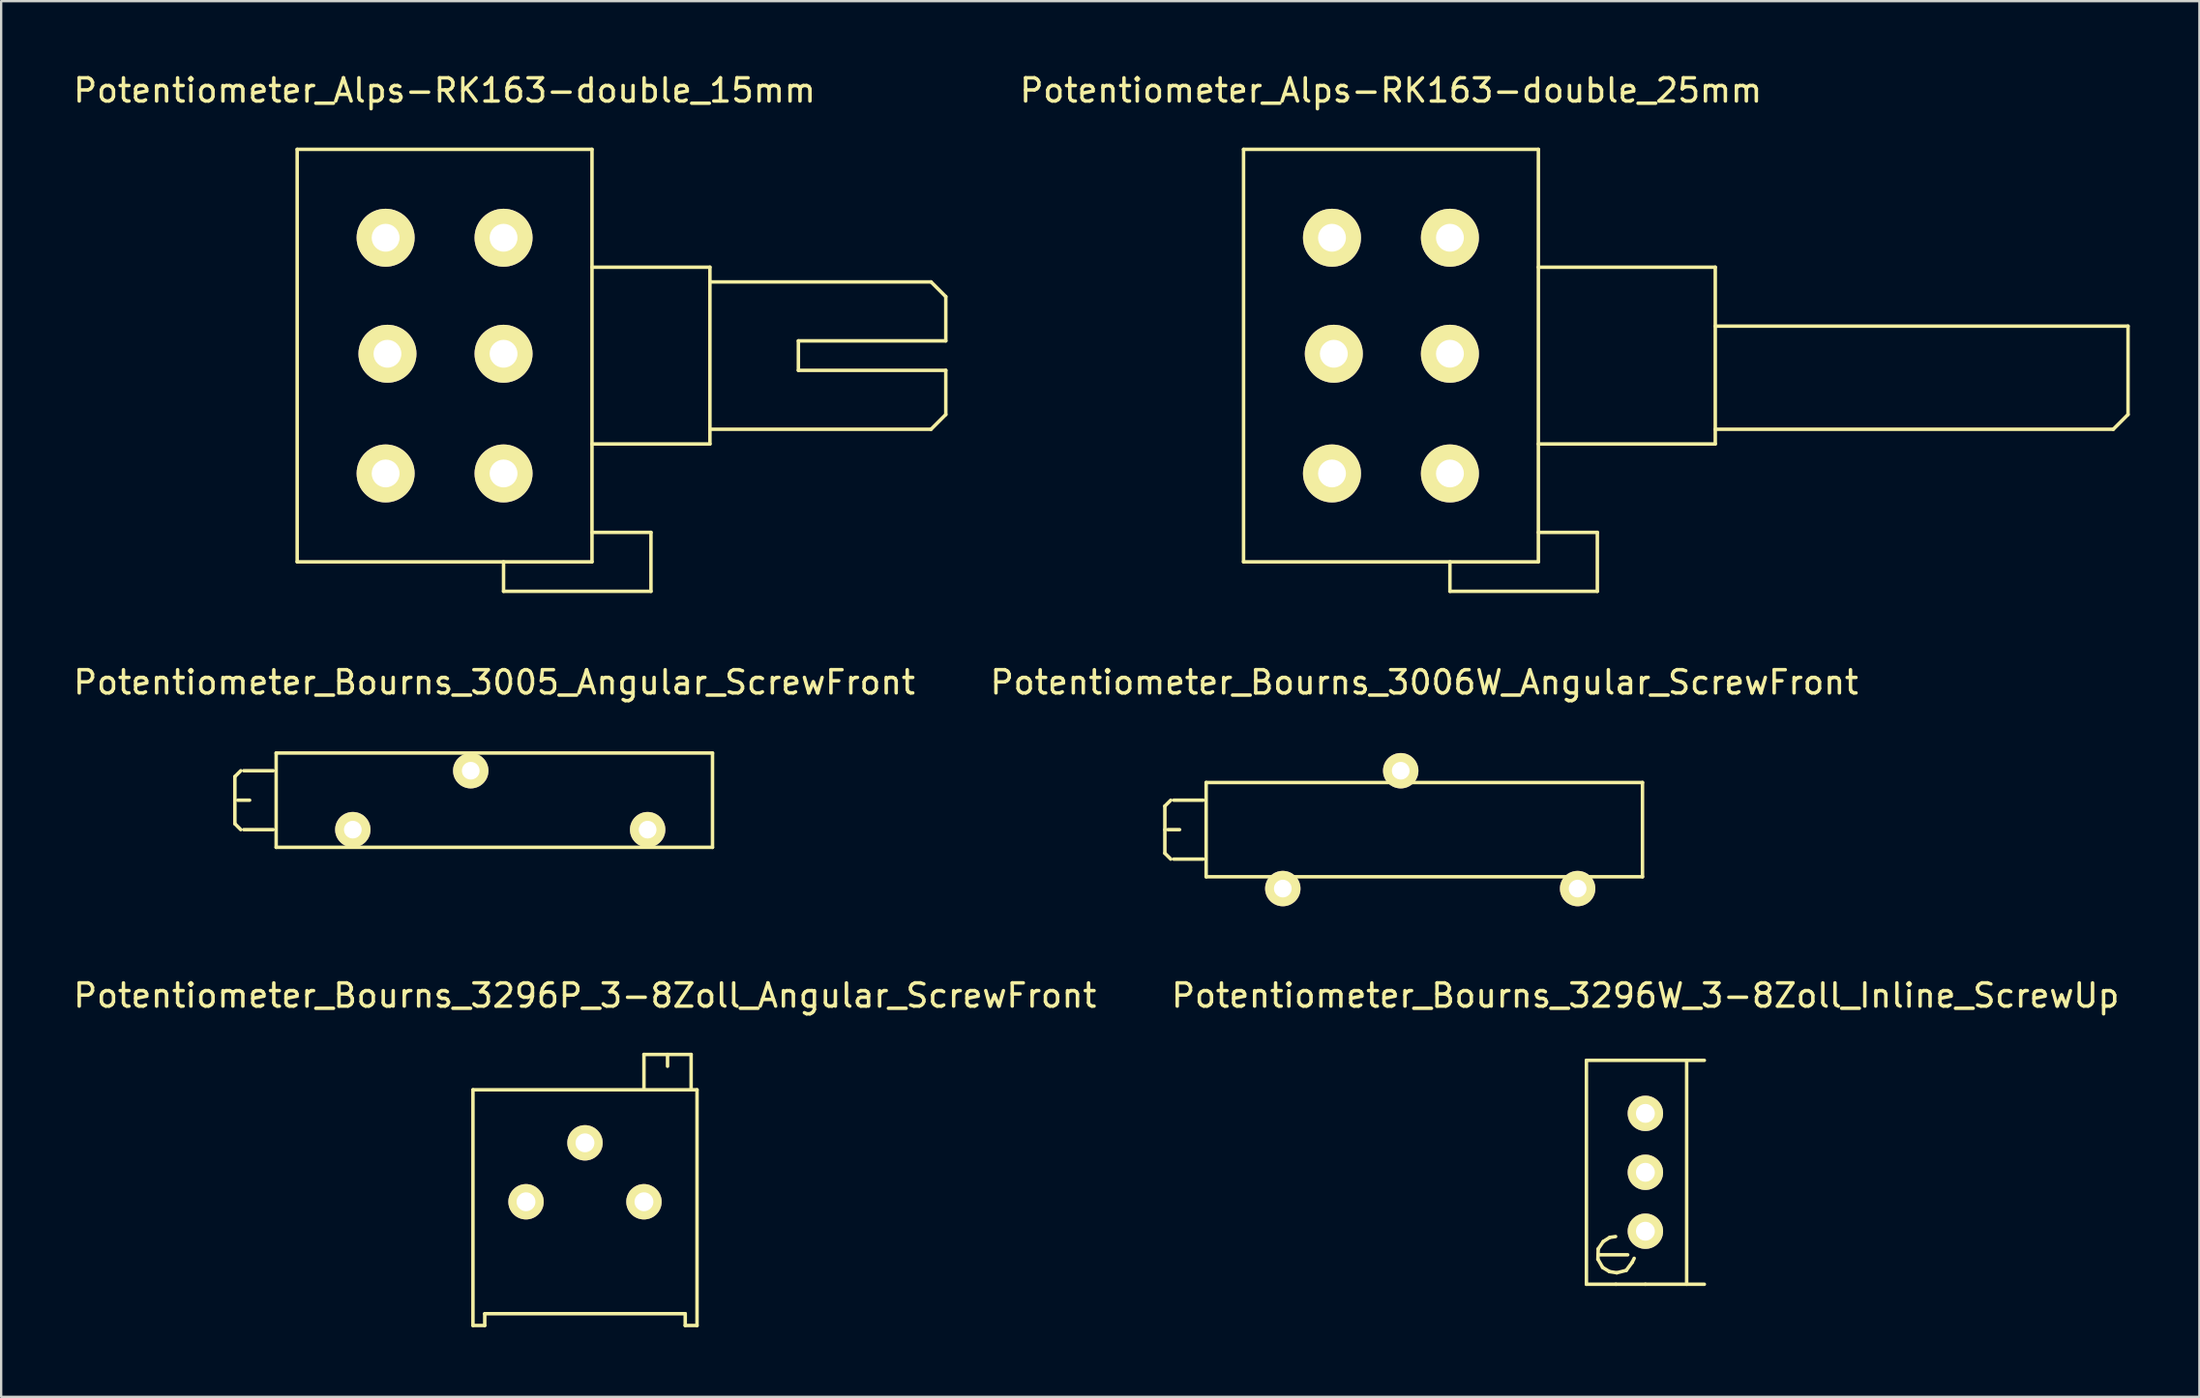
<source format=kicad_pcb>
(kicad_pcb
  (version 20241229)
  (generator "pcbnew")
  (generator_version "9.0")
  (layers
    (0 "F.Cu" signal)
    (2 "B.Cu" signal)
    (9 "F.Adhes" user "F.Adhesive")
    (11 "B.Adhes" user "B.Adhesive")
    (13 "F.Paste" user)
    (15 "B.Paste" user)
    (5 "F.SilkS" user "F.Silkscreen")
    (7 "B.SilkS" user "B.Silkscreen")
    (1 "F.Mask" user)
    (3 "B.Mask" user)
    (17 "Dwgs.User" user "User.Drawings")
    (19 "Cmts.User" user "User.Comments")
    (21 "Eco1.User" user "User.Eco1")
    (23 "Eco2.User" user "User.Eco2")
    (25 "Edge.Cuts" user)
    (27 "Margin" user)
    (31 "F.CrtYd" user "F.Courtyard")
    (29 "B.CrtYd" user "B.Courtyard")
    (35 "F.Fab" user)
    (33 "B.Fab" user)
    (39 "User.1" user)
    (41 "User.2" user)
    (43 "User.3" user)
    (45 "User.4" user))
  (footprint "Potentiometer_Alps-RK163-double_15mm"
    (layer "F.Cu")
    (at 18.641 17.358)
    (property "Reference" "Potentiometer_Alps-RK163-double_15mm" (at -2.54 -16.51 0) (layer "F.SilkS") (effects (font (size 1 1) (thickness 0.15))))
    (attr through_hole)
    (fp_line (start -8.89 3.81) (end -8.89 -13.97) (stroke (width 0.15) (type solid)) (layer "F.SilkS"))
    (fp_line (start 0 5.08) (end 0 3.81) (stroke (width 0.15) (type solid)) (layer "F.SilkS"))
    (fp_line (start 3.81 -13.97) (end -8.89 -13.97) (stroke (width 0.15) (type solid)) (layer "F.SilkS"))
    (fp_line (start 3.81 -13.97) (end 3.81 3.81) (stroke (width 0.15) (type solid)) (layer "F.SilkS"))
    (fp_line (start 3.81 -1.27) (end 8.89 -1.27) (stroke (width 0.15) (type solid)) (layer "F.SilkS"))
    (fp_line (start 3.81 2.54) (end 6.35 2.54) (stroke (width 0.15) (type solid)) (layer "F.SilkS"))
    (fp_line (start 3.81 3.81) (end -8.89 3.81) (stroke (width 0.15) (type solid)) (layer "F.SilkS"))
    (fp_line (start 6.35 2.54) (end 6.35 5.08) (stroke (width 0.15) (type solid)) (layer "F.SilkS"))
    (fp_line (start 6.35 5.08) (end 0 5.08) (stroke (width 0.15) (type solid)) (layer "F.SilkS"))
    (fp_line (start 8.89 -8.89) (end 3.81 -8.89) (stroke (width 0.15) (type solid)) (layer "F.SilkS"))
    (fp_line (start 8.89 -8.255) (end 18.415 -8.255) (stroke (width 0.15) (type solid)) (layer "F.SilkS"))
    (fp_line (start 8.89 -1.27) (end 8.89 -8.89) (stroke (width 0.15) (type solid)) (layer "F.SilkS"))
    (fp_line (start 12.7 -5.715) (end 19.05 -5.715) (stroke (width 0.15) (type solid)) (layer "F.SilkS"))
    (fp_line (start 12.7 -4.445) (end 12.7 -5.715) (stroke (width 0.15) (type solid)) (layer "F.SilkS"))
    (fp_line (start 12.7 -4.445) (end 19.05 -4.445) (stroke (width 0.15) (type solid)) (layer "F.SilkS"))
    (fp_line (start 18.415 -8.255) (end 19.05 -7.62) (stroke (width 0.15) (type solid)) (layer "F.SilkS"))
    (fp_line (start 18.415 -1.905) (end 8.89 -1.905) (stroke (width 0.15) (type solid)) (layer "F.SilkS"))
    (fp_line (start 19.05 -5.715) (end 19.05 -7.62) (stroke (width 0.15) (type solid)) (layer "F.SilkS"))
    (fp_line (start 19.05 -4.445) (end 19.05 -2.54) (stroke (width 0.15) (type solid)) (layer "F.SilkS"))
    (fp_line (start 19.05 -2.54) (end 18.415 -1.905) (stroke (width 0.15) (type solid)) (layer "F.SilkS"))
    (pad "11" thru_hole circle (at 0 0) (size 2.499 2.499) (drill 1.199) (layers "*.Cu" "*.Mask" "F.SilkS"))
    (pad "12" thru_hole circle (at 0 -5.159) (size 2.499 2.499) (drill 1.199) (layers "*.Cu" "*.Mask" "F.SilkS"))
    (pad "13" thru_hole circle (at 0 -10.16) (size 2.499 2.499) (drill 1.199) (layers "*.Cu" "*.Mask" "F.SilkS"))
    (pad "21" thru_hole circle (at -5.08 0) (size 2.499 2.499) (drill 1.199) (layers "*.Cu" "*.Mask" "F.SilkS"))
    (pad "22" thru_hole circle (at -5.001 -5.159) (size 2.499 2.499) (drill 1.199) (layers "*.Cu" "*.Mask" "F.SilkS"))
    (pad "23" thru_hole circle (at -5.08 -10.16) (size 2.499 2.499) (drill 1.199) (layers "*.Cu" "*.Mask" "F.SilkS")))
  (footprint "Potentiometer_Bourns_3296W_3-8Zoll_Inline_ScrewUp"
    (layer "F.Cu")
    (at 67.827 50.022)
    (property "Reference" "Potentiometer_Bourns_3296W_3-8Zoll_Inline_ScrewUp" (at 0 -10.16 0) (layer "F.SilkS") (effects (font (size 1 1) (thickness 0.15))))
    (attr through_hole)
    (fp_line (start -2.54 -7.366) (end 2.54 -7.366) (stroke (width 0.15) (type solid)) (layer "F.SilkS"))
    (fp_line (start -2.54 2.286) (end -2.54 -7.366) (stroke (width 0.15) (type solid)) (layer "F.SilkS"))
    (fp_line (start -2.045 1.206) (end -1.841 1.562) (stroke (width 0.15) (type solid)) (layer "F.SilkS"))
    (fp_line (start -2.032 0.762) (end -2.045 1.206) (stroke (width 0.15) (type solid)) (layer "F.SilkS"))
    (fp_line (start -2.032 1.016) (end -0.762 1.016) (stroke (width 0.15) (type solid)) (layer "F.SilkS"))
    (fp_line (start -1.841 1.562) (end -1.549 1.74) (stroke (width 0.15) (type solid)) (layer "F.SilkS"))
    (fp_line (start -1.816 0.445) (end -2.032 0.762) (stroke (width 0.15) (type solid)) (layer "F.SilkS"))
    (fp_line (start -1.549 1.74) (end -1.232 1.791) (stroke (width 0.15) (type solid)) (layer "F.SilkS"))
    (fp_line (start -1.537 0.267) (end -1.816 0.445) (stroke (width 0.15) (type solid)) (layer "F.SilkS"))
    (fp_line (start -1.283 0.229) (end -1.537 0.267) (stroke (width 0.15) (type solid)) (layer "F.SilkS"))
    (fp_line (start -1.27 2.286) (end -2.54 2.286) (stroke (width 0.15) (type solid)) (layer "F.SilkS"))
    (fp_line (start -1.232 1.791) (end -0.826 1.689) (stroke (width 0.15) (type solid)) (layer "F.SilkS"))
    (fp_line (start -0.826 1.689) (end -0.572 1.346) (stroke (width 0.15) (type solid)) (layer "F.SilkS"))
    (fp_line (start -0.572 1.346) (end -0.483 1.168) (stroke (width 0.15) (type solid)) (layer "F.SilkS"))
    (fp_line (start 0 2.286) (end -1.27 2.286) (stroke (width 0.15) (type solid)) (layer "F.SilkS"))
    (fp_line (start 1.778 -7.366) (end 1.778 2.286) (stroke (width 0.15) (type solid)) (layer "F.SilkS"))
    (fp_line (start 2.54 2.286) (end 0 2.286) (stroke (width 0.15) (type solid)) (layer "F.SilkS"))
    (pad "1" thru_hole circle (at 0 0) (size 1.524 1.524) (drill 0.813) (layers "*.Cu" "*.Mask" "F.SilkS"))
    (pad "2" thru_hole circle (at 0 -2.54) (size 1.524 1.524) (drill 0.813) (layers "*.Cu" "*.Mask" "F.SilkS"))
    (pad "3" thru_hole circle (at 0 -5.08) (size 1.524 1.524) (drill 0.813) (layers "*.Cu" "*.Mask" "F.SilkS")))
  (footprint "Potentiometer_Bourns_3005_Angular_ScrewFront"
    (layer "F.Cu")
    (at 24.848 32.712)
    (property "Reference" "Potentiometer_Bourns_3005_Angular_ScrewFront" (at -6.604 -6.35 0) (layer "F.SilkS") (effects (font (size 1 1) (thickness 0.15))))
    (attr through_hole)
    (fp_line (start -17.78 -2.286) (end -17.78 -1.27) (stroke (width 0.15) (type solid)) (layer "F.SilkS"))
    (fp_line (start -17.78 -1.27) (end -17.78 -0.254) (stroke (width 0.15) (type solid)) (layer "F.SilkS"))
    (fp_line (start -17.78 -0.254) (end -17.526 0) (stroke (width 0.15) (type solid)) (layer "F.SilkS"))
    (fp_line (start -17.653 -1.27) (end -17.145 -1.27) (stroke (width 0.15) (type solid)) (layer "F.SilkS"))
    (fp_line (start -17.526 -2.54) (end -17.78 -2.286) (stroke (width 0.15) (type solid)) (layer "F.SilkS"))
    (fp_line (start -16.129 -2.54) (end -17.399 -2.54) (stroke (width 0.15) (type solid)) (layer "F.SilkS"))
    (fp_line (start -16.129 0) (end -17.399 0) (stroke (width 0.15) (type solid)) (layer "F.SilkS"))
    (fp_line (start -16.002 0.762) (end -16.002 -3.302) (stroke (width 0.15) (type solid)) (layer "F.SilkS"))
    (fp_line (start -16.002 0.762) (end 2.794 0.762) (stroke (width 0.15) (type solid)) (layer "F.SilkS"))
    (fp_line (start 2.794 -3.302) (end -16.002 -3.302) (stroke (width 0.15) (type solid)) (layer "F.SilkS"))
    (fp_line (start 2.794 0.762) (end 2.794 -3.302) (stroke (width 0.15) (type solid)) (layer "F.SilkS"))
    (pad "1" thru_hole circle (at 0 0) (size 1.524 1.524) (drill 0.762) (layers "*.Cu" "*.Mask" "F.SilkS"))
    (pad "2" thru_hole circle (at -7.62 -2.54) (size 1.524 1.524) (drill 0.762) (layers "*.Cu" "*.Mask" "F.SilkS"))
    (pad "3" thru_hole circle (at -12.7 0) (size 1.524 1.524) (drill 0.762) (layers "*.Cu" "*.Mask" "F.SilkS")))
  (footprint "Potentiometer_Alps-RK163-double_25mm"
    (layer "F.Cu")
    (at 59.407 17.358)
    (property "Reference" "Potentiometer_Alps-RK163-double_25mm" (at -2.54 -16.51 0) (layer "F.SilkS") (effects (font (size 1 1) (thickness 0.15))))
    (attr through_hole)
    (fp_line (start -8.89 3.81) (end -8.89 -13.97) (stroke (width 0.15) (type solid)) (layer "F.SilkS"))
    (fp_line (start 0 5.08) (end 0 3.81) (stroke (width 0.15) (type solid)) (layer "F.SilkS"))
    (fp_line (start 3.81 -13.97) (end -8.89 -13.97) (stroke (width 0.15) (type solid)) (layer "F.SilkS"))
    (fp_line (start 3.81 -13.97) (end 3.81 3.81) (stroke (width 0.15) (type solid)) (layer "F.SilkS"))
    (fp_line (start 3.81 2.54) (end 6.35 2.54) (stroke (width 0.15) (type solid)) (layer "F.SilkS"))
    (fp_line (start 3.81 3.81) (end -8.89 3.81) (stroke (width 0.15) (type solid)) (layer "F.SilkS"))
    (fp_line (start 6.35 2.54) (end 6.35 5.08) (stroke (width 0.15) (type solid)) (layer "F.SilkS"))
    (fp_line (start 6.35 5.08) (end 0 5.08) (stroke (width 0.15) (type solid)) (layer "F.SilkS"))
    (fp_line (start 11.43 -8.89) (end 3.81 -8.89) (stroke (width 0.15) (type solid)) (layer "F.SilkS"))
    (fp_line (start 11.43 -8.89) (end 11.43 -1.27) (stroke (width 0.15) (type solid)) (layer "F.SilkS"))
    (fp_line (start 11.43 -1.27) (end 3.81 -1.27) (stroke (width 0.15) (type solid)) (layer "F.SilkS"))
    (fp_line (start 28.575 -1.905) (end 11.43 -1.905) (stroke (width 0.15) (type solid)) (layer "F.SilkS"))
    (fp_line (start 29.21 -6.35) (end 11.43 -6.35) (stroke (width 0.15) (type solid)) (layer "F.SilkS"))
    (fp_line (start 29.21 -6.35) (end 29.21 -2.54) (stroke (width 0.15) (type solid)) (layer "F.SilkS"))
    (fp_line (start 29.21 -2.54) (end 28.575 -1.905) (stroke (width 0.15) (type solid)) (layer "F.SilkS"))
    (pad "11" thru_hole circle (at 0 0) (size 2.499 2.499) (drill 1.199) (layers "*.Cu" "*.Mask" "F.SilkS"))
    (pad "12" thru_hole circle (at 0 -5.159) (size 2.499 2.499) (drill 1.199) (layers "*.Cu" "*.Mask" "F.SilkS"))
    (pad "13" thru_hole circle (at 0 -10.16) (size 2.499 2.499) (drill 1.199) (layers "*.Cu" "*.Mask" "F.SilkS"))
    (pad "21" thru_hole circle (at -5.08 0) (size 2.499 2.499) (drill 1.199) (layers "*.Cu" "*.Mask" "F.SilkS"))
    (pad "22" thru_hole circle (at -5.001 -5.159) (size 2.499 2.499) (drill 1.199) (layers "*.Cu" "*.Mask" "F.SilkS"))
    (pad "23" thru_hole circle (at -5.08 -10.16) (size 2.499 2.499) (drill 1.199) (layers "*.Cu" "*.Mask" "F.SilkS")))
  (footprint "Potentiometer_Bourns_3006W_Angular_ScrewFront"
    (layer "F.Cu")
    (at 64.908 35.252)
    (property "Reference" "Potentiometer_Bourns_3006W_Angular_ScrewFront" (at -6.604 -8.89 0) (layer "F.SilkS") (effects (font (size 1 1) (thickness 0.15))))
    (attr through_hole)
    (fp_line (start -17.78 -3.556) (end -17.78 -2.54) (stroke (width 0.15) (type solid)) (layer "F.SilkS"))
    (fp_line (start -17.78 -2.54) (end -17.78 -1.524) (stroke (width 0.15) (type solid)) (layer "F.SilkS"))
    (fp_line (start -17.78 -1.524) (end -17.526 -1.27) (stroke (width 0.15) (type solid)) (layer "F.SilkS"))
    (fp_line (start -17.653 -2.54) (end -17.145 -2.54) (stroke (width 0.15) (type solid)) (layer "F.SilkS"))
    (fp_line (start -17.526 -3.81) (end -17.78 -3.556) (stroke (width 0.15) (type solid)) (layer "F.SilkS"))
    (fp_line (start -16.129 -3.81) (end -17.399 -3.81) (stroke (width 0.15) (type solid)) (layer "F.SilkS"))
    (fp_line (start -16.129 -1.27) (end -17.399 -1.27) (stroke (width 0.15) (type solid)) (layer "F.SilkS"))
    (fp_line (start -16.002 -0.508) (end -16.002 -4.572) (stroke (width 0.15) (type solid)) (layer "F.SilkS"))
    (fp_line (start -16.002 -0.508) (end 2.794 -0.508) (stroke (width 0.15) (type solid)) (layer "F.SilkS"))
    (fp_line (start 2.794 -4.572) (end -16.002 -4.572) (stroke (width 0.15) (type solid)) (layer "F.SilkS"))
    (fp_line (start 2.794 -0.508) (end 2.794 -4.572) (stroke (width 0.15) (type solid)) (layer "F.SilkS"))
    (pad "1" thru_hole circle (at 0 0) (size 1.524 1.524) (drill 0.762) (layers "*.Cu" "*.Mask" "F.SilkS"))
    (pad "2" thru_hole circle (at -7.62 -5.08) (size 1.524 1.524) (drill 0.762) (layers "*.Cu" "*.Mask" "F.SilkS"))
    (pad "3" thru_hole circle (at -12.7 0) (size 1.524 1.524) (drill 0.762) (layers "*.Cu" "*.Mask" "F.SilkS")))
  (footprint "Potentiometer_Bourns_3296P_3-8Zoll_Angular_ScrewFront"
    (layer "F.Cu")
    (at 24.689 48.752)
    (property "Reference" "Potentiometer_Bourns_3296P_3-8Zoll_Angular_ScrewFront" (at -2.54 -8.89 0) (layer "F.SilkS") (effects (font (size 1 1) (thickness 0.15))))
    (attr through_hole)
    (fp_line (start -7.366 -4.826) (end -7.366 5.334) (stroke (width 0.15) (type solid)) (layer "F.SilkS"))
    (fp_line (start -7.366 -4.826) (end 2.286 -4.826) (stroke (width 0.15) (type solid)) (layer "F.SilkS"))
    (fp_line (start -7.366 5.334) (end -6.858 5.334) (stroke (width 0.15) (type solid)) (layer "F.SilkS"))
    (fp_line (start -6.858 4.826) (end 1.778 4.826) (stroke (width 0.15) (type solid)) (layer "F.SilkS"))
    (fp_line (start -6.858 5.334) (end -6.858 4.826) (stroke (width 0.15) (type solid)) (layer "F.SilkS"))
    (fp_line (start 0 -6.35) (end 2.032 -6.35) (stroke (width 0.15) (type solid)) (layer "F.SilkS"))
    (fp_line (start 0 -4.826) (end 0 -6.35) (stroke (width 0.15) (type solid)) (layer "F.SilkS"))
    (fp_line (start 1.016 -6.35) (end 1.016 -5.842) (stroke (width 0.15) (type solid)) (layer "F.SilkS"))
    (fp_line (start 1.778 4.826) (end 1.778 5.334) (stroke (width 0.15) (type solid)) (layer "F.SilkS"))
    (fp_line (start 1.778 5.334) (end 2.286 5.334) (stroke (width 0.15) (type solid)) (layer "F.SilkS"))
    (fp_line (start 2.032 -4.826) (end 2.032 -6.35) (stroke (width 0.15) (type solid)) (layer "F.SilkS"))
    (fp_line (start 2.286 5.334) (end 2.286 -4.826) (stroke (width 0.15) (type solid)) (layer "F.SilkS"))
    (pad "1" thru_hole circle (at 0 0 90) (size 1.524 1.524) (drill 0.813) (layers "*.Cu" "*.Mask" "F.SilkS"))
    (pad "2" thru_hole circle (at -2.54 -2.54 90) (size 1.524 1.524) (drill 0.813) (layers "*.Cu" "*.Mask" "F.SilkS"))
    (pad "3" thru_hole circle (at -5.08 0 90) (size 1.524 1.524) (drill 0.813) (layers "*.Cu" "*.Mask" "F.SilkS")))
  (gr_rect
    (start -3 -3)
    (end 91.692 57.161)
    (stroke (width 0.1) (type default))
    (fill no)
    (layer "Edge.Cuts")))
</source>
